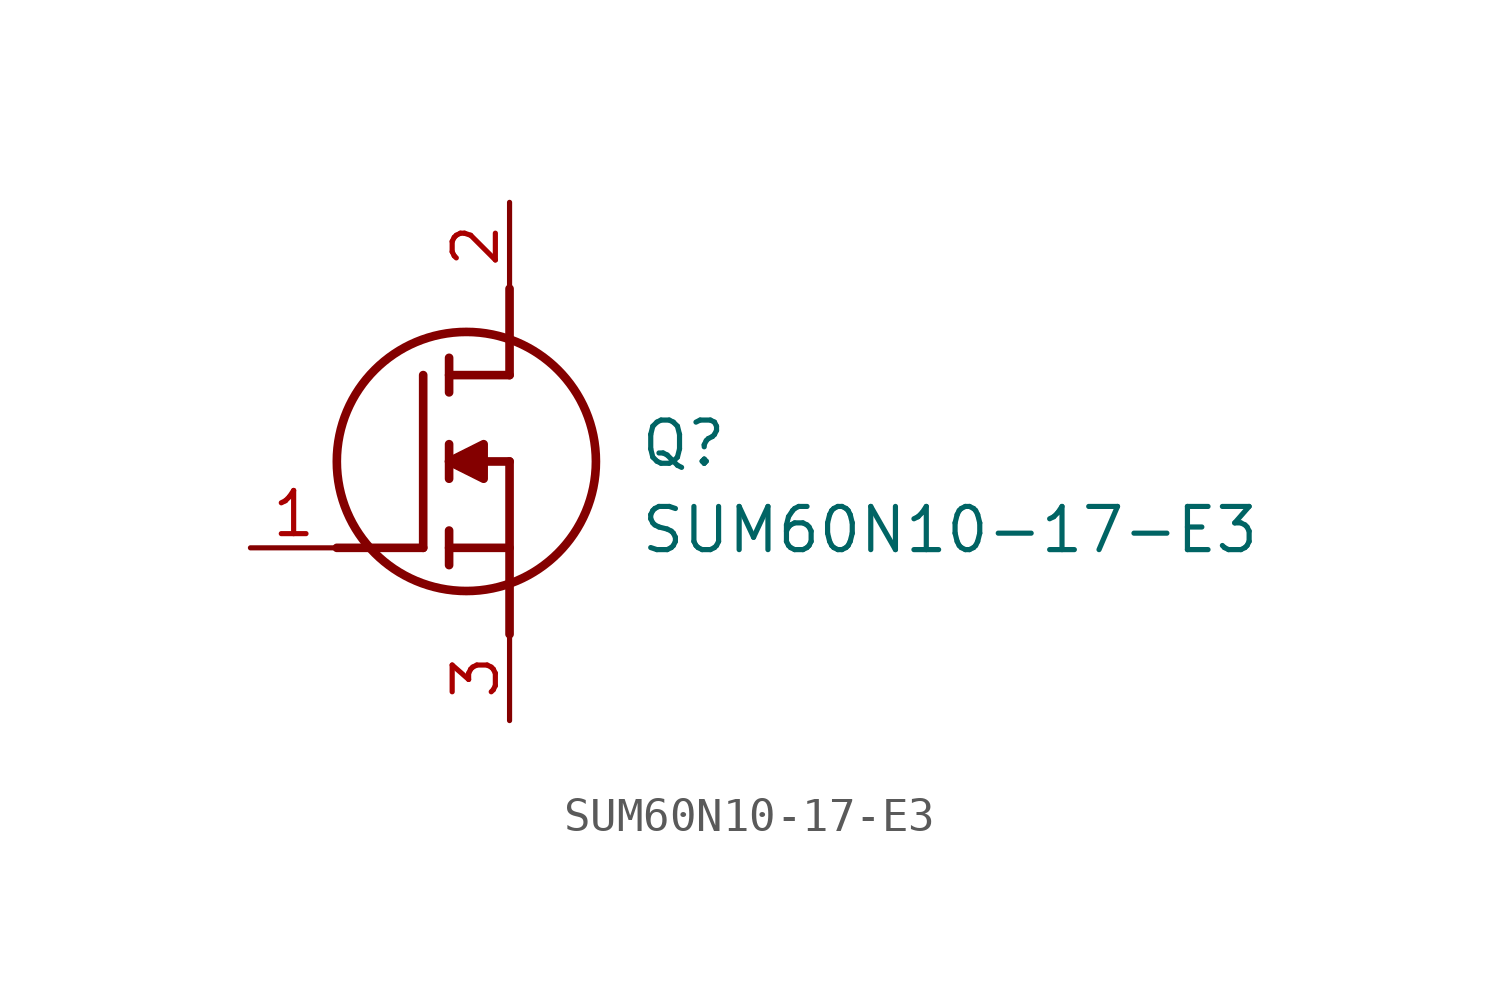
<source format=kicad_sym>
(kicad_symbol_lib
  (version 20211014)
  (generator SamacSys_ECAD_Model)
  (symbol "SUM60N10-17-E3"
    (pin_names hide)
    (property "Reference" "Q"
      (at 11.43 3.81 0)
      (effects (font (size 1.27 1.27)) (justify left top)))
    (property "Value" "SUM60N10-17-E3"
      (at 11.43 1.27 0)
      (effects (font (size 1.27 1.27)) (justify left top)))
    (polyline
      (pts (xy 7.62 2.54) (xy 7.62 -2.54))
      (stroke (width 0.254) (type default))
      (fill (type none)))
    (polyline
      (pts (xy 7.62 5.08) (xy 7.62 7.62))
      (stroke (width 0.254) (type default))
      (fill (type none)))
    (polyline
      (pts (xy 2.54 0) (xy 5.08 0))
      (stroke (width 0.254) (type default))
      (fill (type none)))
    (polyline
      (pts (xy 5.08 5.08) (xy 5.08 0))
      (stroke (width 0.254) (type default))
      (fill (type none)))
    (polyline
      (pts (xy 7.62 2.54) (xy 5.842 2.54))
      (stroke (width 0.254) (type default))
      (fill (type none)))
    (polyline
      (pts (xy 7.62 5.08) (xy 5.842 5.08))
      (stroke (width 0.254) (type default))
      (fill (type none)))
    (polyline
      (pts (xy 5.842 0) (xy 7.62 0))
      (stroke (width 0.254) (type default))
      (fill (type none)))
    (polyline
      (pts (xy 5.842 5.588) (xy 5.842 4.572))
      (stroke (width 0.254) (type default))
      (fill (type none)))
    (polyline
      (pts (xy 5.842 -0.508) (xy 5.842 0.508))
      (stroke (width 0.254) (type default))
      (fill (type none)))
    (polyline
      (pts (xy 5.842 2.032) (xy 5.842 3.048))
      (stroke (width 0.254) (type default))
      (fill (type none)))
    (circle
      (center 6.35 2.54)
      (radius 3.81)
      (stroke (width 0.254) (type default))
      (fill (type none)))
    (polyline
      (pts (xy 5.842 2.54) (xy 6.858 3.048) (xy 6.858 2.032) (xy 5.842 2.54))
      (stroke (width 0.254) (type default))
      (fill (type outline)))
    (pin passive line
      (at 0 0 0)
      (length 2.54)
      (name "G" (effects (font (size 1.27 1.27))))
      (number "1" (effects (font (size 1.27 1.27)))))
    (pin passive line
      (at 7.62 10.16 270)
      (length 2.54)
      (name "D" (effects (font (size 1.27 1.27))))
      (number "2" (effects (font (size 1.27 1.27)))))
    (pin passive line
      (at 7.62 -5.08 90)
      (length 2.54)
      (name "S" (effects (font (size 1.27 1.27))))
      (number "3" (effects (font (size 1.27 1.27)))))))
</source>
